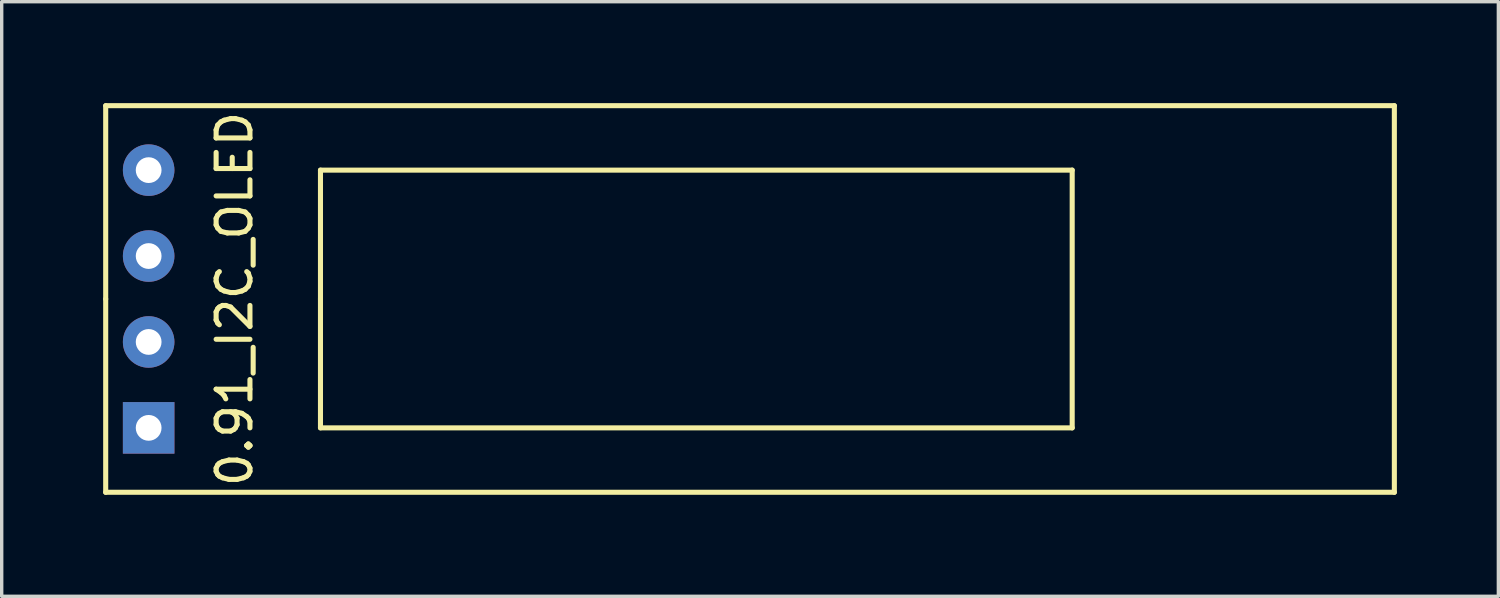
<source format=kicad_pcb>
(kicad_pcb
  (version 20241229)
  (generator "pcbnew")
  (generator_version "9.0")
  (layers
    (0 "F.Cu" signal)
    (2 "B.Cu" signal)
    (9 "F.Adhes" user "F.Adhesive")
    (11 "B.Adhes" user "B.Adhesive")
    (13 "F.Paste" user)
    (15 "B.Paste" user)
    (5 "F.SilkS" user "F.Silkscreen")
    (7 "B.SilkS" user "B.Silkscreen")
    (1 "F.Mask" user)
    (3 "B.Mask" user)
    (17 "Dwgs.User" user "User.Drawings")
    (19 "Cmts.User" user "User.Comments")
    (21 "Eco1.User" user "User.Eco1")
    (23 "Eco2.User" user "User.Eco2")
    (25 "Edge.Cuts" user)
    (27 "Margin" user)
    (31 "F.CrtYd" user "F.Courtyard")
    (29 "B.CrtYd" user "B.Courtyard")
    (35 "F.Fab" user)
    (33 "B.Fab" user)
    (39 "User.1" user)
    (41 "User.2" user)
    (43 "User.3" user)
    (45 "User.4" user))
  (footprint "0.91_I2C_OLED"
    (layer "F.Cu")
    (at 16.585 7.06)
    (property "Reference" "0.91_I2C_OLED" (at -12.7 -1.27 90) (layer "F.SilkS") (effects (font (size 1 1) (thickness 0.15))))
    (attr through_hole)
    (fp_line (start -16.51 -1.27) (end -16.51 -6.985) (stroke (width 0.15) (type solid)) (layer "F.SilkS"))
    (fp_line (start -16.51 -1.27) (end -16.51 4.445) (stroke (width 0.15) (type solid)) (layer "F.SilkS"))
    (fp_line (start -16.51 4.445) (end 21.59 4.445) (stroke (width 0.15) (type solid)) (layer "F.SilkS"))
    (fp_line (start -10.16 -1.27) (end -10.16 -5.08) (stroke (width 0.15) (type solid)) (layer "F.SilkS"))
    (fp_line (start -10.16 -1.27) (end -10.16 2.54) (stroke (width 0.15) (type solid)) (layer "F.SilkS"))
    (fp_line (start -10.16 2.54) (end 12.065 2.54) (stroke (width 0.15) (type solid)) (layer "F.SilkS"))
    (fp_line (start 12.065 -5.08) (end -10.16 -5.08) (stroke (width 0.15) (type solid)) (layer "F.SilkS"))
    (fp_line (start 12.065 2.54) (end 12.065 -5.08) (stroke (width 0.15) (type solid)) (layer "F.SilkS"))
    (fp_line (start 21.59 -6.985) (end -16.51 -6.985) (stroke (width 0.15) (type solid)) (layer "F.SilkS"))
    (fp_line (start 21.59 4.445) (end 21.59 -6.985) (stroke (width 0.15) (type solid)) (layer "F.SilkS"))
    (pad "1" thru_hole rect (at -15.24 2.54) (size 1.524 1.524) (drill 0.762) (layers "*.Cu" "*.Mask"))
    (pad "2" thru_hole circle (at -15.24 0) (size 1.524 1.524) (drill 0.762) (layers "*.Cu" "*.Mask"))
    (pad "3" thru_hole circle (at -15.24 -2.54) (size 1.524 1.524) (drill 0.762) (layers "*.Cu" "*.Mask"))
    (pad "4" thru_hole circle (at -15.24 -5.08) (size 1.524 1.524) (drill 0.762) (layers "*.Cu" "*.Mask")))
  (gr_rect
    (start -3 -3)
    (end 41.25 14.58)
    (stroke (width 0.1) (type default))
    (fill no)
    (layer "Edge.Cuts")))
</source>
